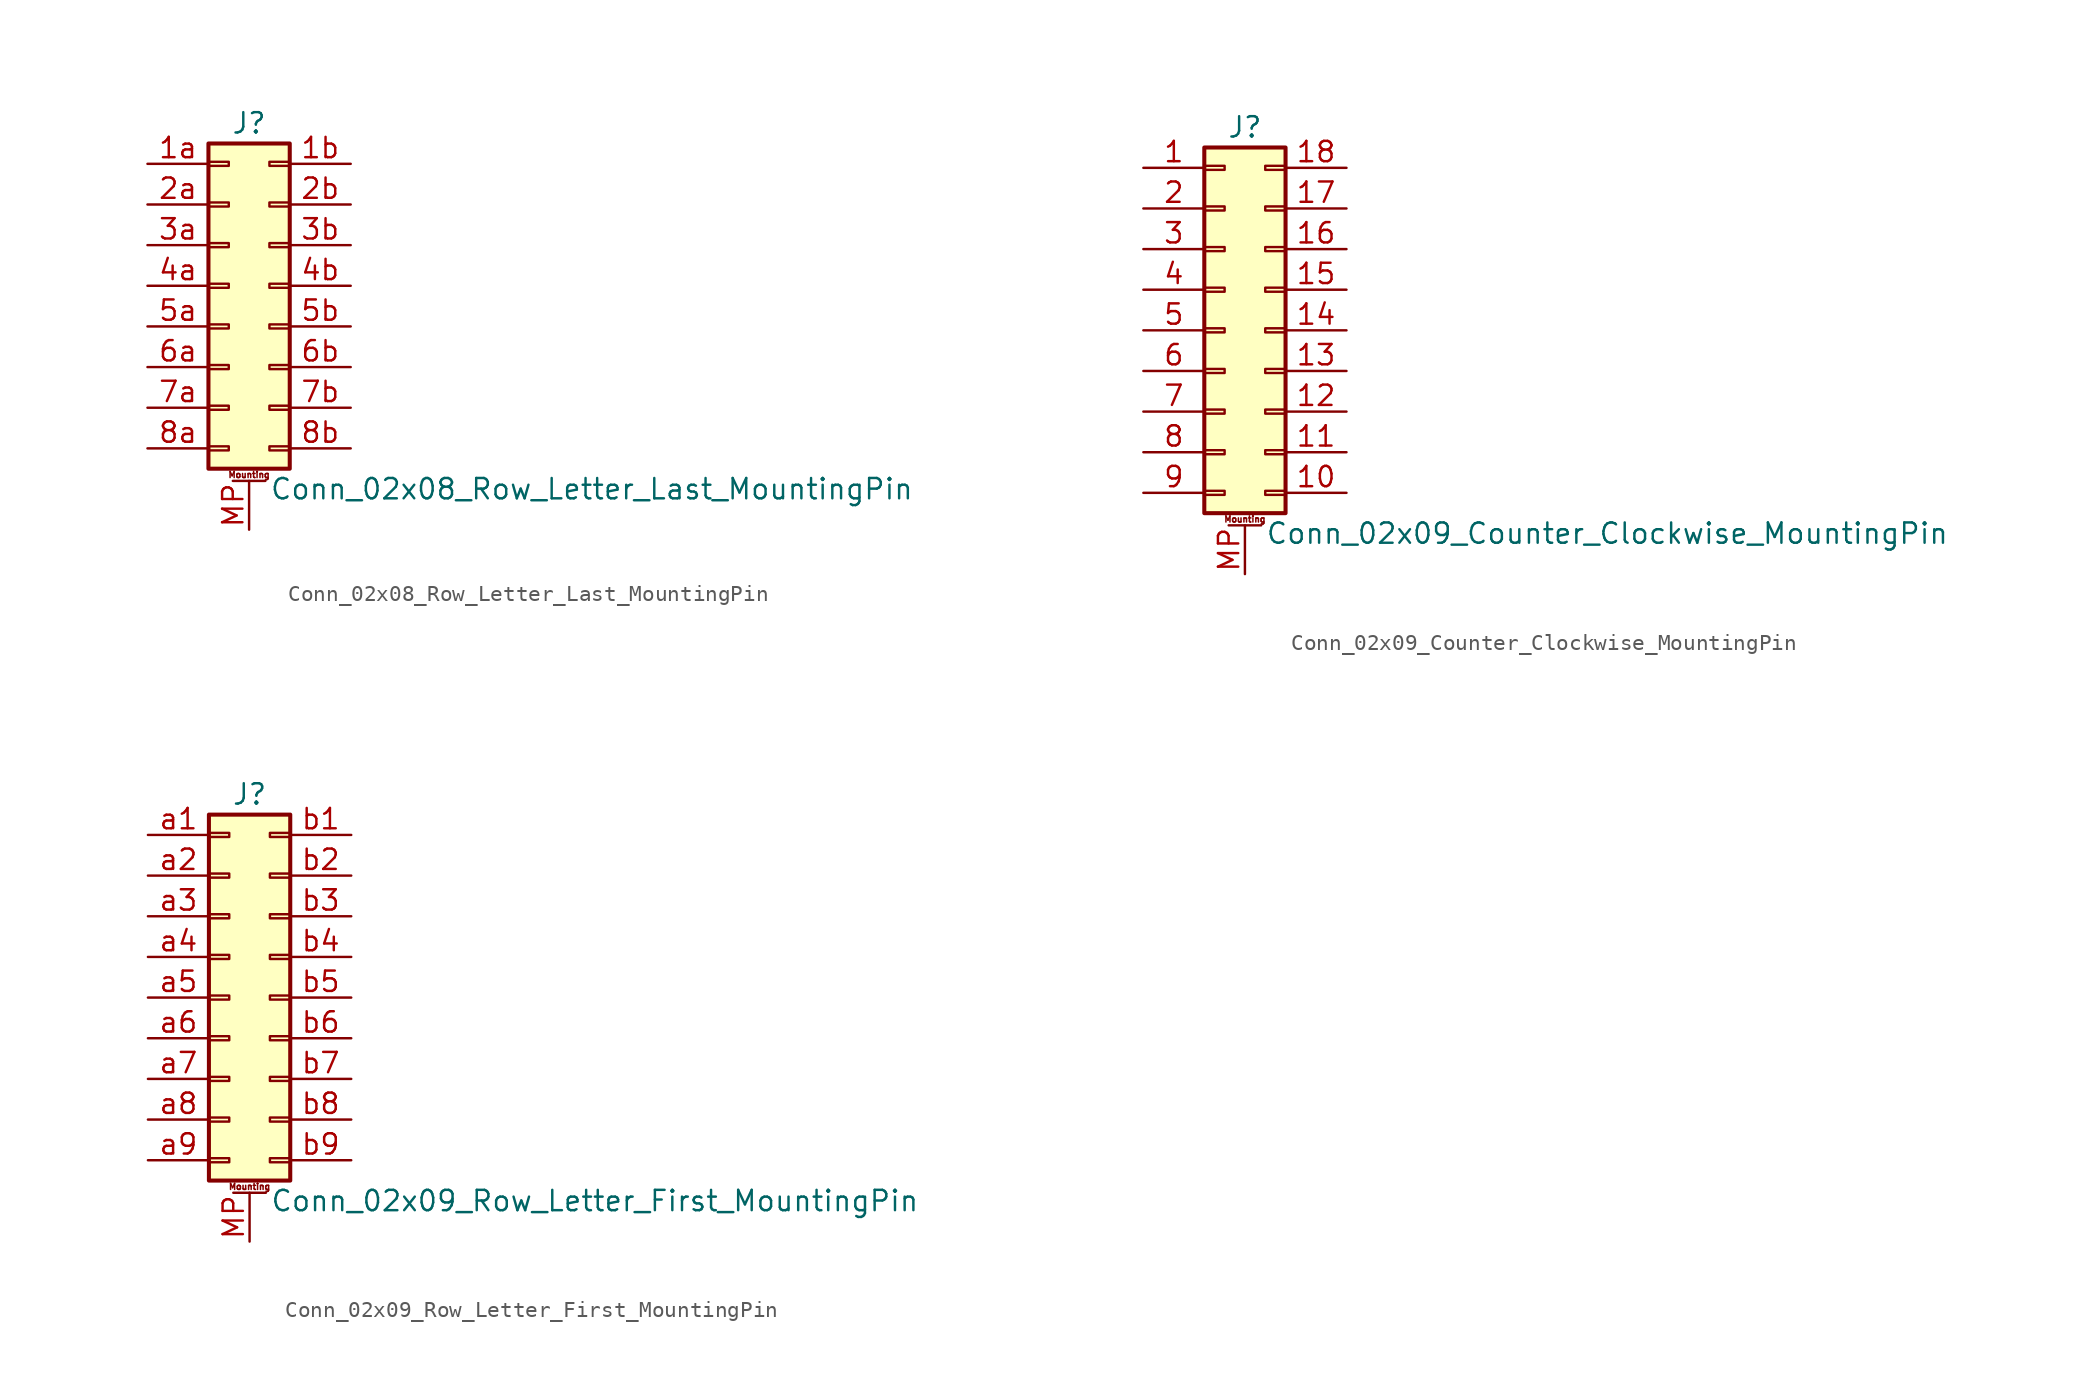
<source format=kicad_sym>
(kicad_symbol_lib
  (version 20201005)
  (generator kicad_symbol_editor)
  (symbol "Conn_02x08_Row_Letter_Last_MountingPin"
    (pin_names
      (offset 1.016) hide)
    (property "Reference" "J"
      (at 1.27 10.16 0)
      (effects (font (size 1.27 1.27))))
    (property "Value" "Conn_02x08_Row_Letter_Last_MountingPin"
      (at 2.54 -12.7 0)
      (effects (font (size 1.27 1.27)) (justify left)))
    (symbol "Conn_02x08_Row_Letter_Last_MountingPin_1_1"
      (text "Mounting" (at 1.27 -11.811 0) (effects (font (size 0.381 0.381))))
      (rectangle (start -1.27 -10.033) (end 0 -10.287) (stroke (width 0.152)) (fill (type none)))
      (rectangle (start -1.27 -7.493) (end 0 -7.747) (stroke (width 0.152)) (fill (type none)))
      (rectangle (start -1.27 -4.953) (end 0 -5.207) (stroke (width 0.152)) (fill (type none)))
      (rectangle (start -1.27 -2.413) (end 0 -2.667) (stroke (width 0.152)) (fill (type none)))
      (rectangle (start -1.27 0.127) (end 0 -0.127) (stroke (width 0.152)) (fill (type none)))
      (rectangle (start -1.27 2.667) (end 0 2.413) (stroke (width 0.152)) (fill (type none)))
      (rectangle (start -1.27 5.207) (end 0 4.953) (stroke (width 0.152)) (fill (type none)))
      (rectangle (start -1.27 7.747) (end 0 7.493) (stroke (width 0.152)) (fill (type none)))
      (rectangle (start -1.27 8.89) (end 3.81 -11.43) (stroke (width 0.254)) (fill (type background)))
      (rectangle (start 3.81 -10.033) (end 2.54 -10.287) (stroke (width 0.152)) (fill (type none)))
      (rectangle (start 3.81 -7.493) (end 2.54 -7.747) (stroke (width 0.152)) (fill (type none)))
      (rectangle (start 3.81 -4.953) (end 2.54 -5.207) (stroke (width 0.152)) (fill (type none)))
      (rectangle (start 3.81 -2.413) (end 2.54 -2.667) (stroke (width 0.152)) (fill (type none)))
      (rectangle (start 3.81 0.127) (end 2.54 -0.127) (stroke (width 0.152)) (fill (type none)))
      (rectangle (start 3.81 2.667) (end 2.54 2.413) (stroke (width 0.152)) (fill (type none)))
      (rectangle (start 3.81 5.207) (end 2.54 4.953) (stroke (width 0.152)) (fill (type none)))
      (rectangle (start 3.81 7.747) (end 2.54 7.493) (stroke (width 0.152)) (fill (type none)))
      (polyline (pts (xy 0.254 -12.192) (xy 2.286 -12.192)) (stroke (width 0.152)) (fill (type none)))
      (pin passive line (at -5.08 7.62 0) (length 3.81) (name "Pin_1a" (effects (font (size 1.27 1.27)))) (number "1a" (effects (font (size 1.27 1.27)))))
      (pin passive line (at 7.62 7.62 180) (length 3.81) (name "Pin_1b" (effects (font (size 1.27 1.27)))) (number "1b" (effects (font (size 1.27 1.27)))))
      (pin passive line (at -5.08 5.08 0) (length 3.81) (name "Pin_2a" (effects (font (size 1.27 1.27)))) (number "2a" (effects (font (size 1.27 1.27)))))
      (pin passive line (at 7.62 5.08 180) (length 3.81) (name "Pin_2b" (effects (font (size 1.27 1.27)))) (number "2b" (effects (font (size 1.27 1.27)))))
      (pin passive line (at -5.08 2.54 0) (length 3.81) (name "Pin_3a" (effects (font (size 1.27 1.27)))) (number "3a" (effects (font (size 1.27 1.27)))))
      (pin passive line (at 7.62 2.54 180) (length 3.81) (name "Pin_3b" (effects (font (size 1.27 1.27)))) (number "3b" (effects (font (size 1.27 1.27)))))
      (pin passive line (at -5.08 0 0) (length 3.81) (name "Pin_4a" (effects (font (size 1.27 1.27)))) (number "4a" (effects (font (size 1.27 1.27)))))
      (pin passive line (at 7.62 0 180) (length 3.81) (name "Pin_4b" (effects (font (size 1.27 1.27)))) (number "4b" (effects (font (size 1.27 1.27)))))
      (pin passive line (at -5.08 -2.54 0) (length 3.81) (name "Pin_5a" (effects (font (size 1.27 1.27)))) (number "5a" (effects (font (size 1.27 1.27)))))
      (pin passive line (at 7.62 -2.54 180) (length 3.81) (name "Pin_5b" (effects (font (size 1.27 1.27)))) (number "5b" (effects (font (size 1.27 1.27)))))
      (pin passive line (at -5.08 -5.08 0) (length 3.81) (name "Pin_6a" (effects (font (size 1.27 1.27)))) (number "6a" (effects (font (size 1.27 1.27)))))
      (pin passive line (at 7.62 -5.08 180) (length 3.81) (name "Pin_6b" (effects (font (size 1.27 1.27)))) (number "6b" (effects (font (size 1.27 1.27)))))
      (pin passive line (at -5.08 -7.62 0) (length 3.81) (name "Pin_7a" (effects (font (size 1.27 1.27)))) (number "7a" (effects (font (size 1.27 1.27)))))
      (pin passive line (at 7.62 -7.62 180) (length 3.81) (name "Pin_7b" (effects (font (size 1.27 1.27)))) (number "7b" (effects (font (size 1.27 1.27)))))
      (pin passive line (at -5.08 -10.16 0) (length 3.81) (name "Pin_8a" (effects (font (size 1.27 1.27)))) (number "8a" (effects (font (size 1.27 1.27)))))
      (pin passive line (at 7.62 -10.16 180) (length 3.81) (name "Pin_8b" (effects (font (size 1.27 1.27)))) (number "8b" (effects (font (size 1.27 1.27)))))
      (pin passive line (at 1.27 -15.24 90) (length 3.048) (name "MountPin" (effects (font (size 1.27 1.27)))) (number "MP" (effects (font (size 1.27 1.27)))))))
  (symbol "Conn_02x09_Counter_Clockwise_MountingPin"
    (pin_names
      (offset 1.016) hide)
    (property "Reference" "J"
      (at 1.27 12.7 0)
      (effects (font (size 1.27 1.27))))
    (property "Value" "Conn_02x09_Counter_Clockwise_MountingPin"
      (at 2.54 -12.7 0)
      (effects (font (size 1.27 1.27)) (justify left)))
    (symbol "Conn_02x09_Counter_Clockwise_MountingPin_1_1"
      (text "Mounting" (at 1.27 -11.811 0) (effects (font (size 0.381 0.381))))
      (rectangle (start -1.27 -10.033) (end 0 -10.287) (stroke (width 0.152)) (fill (type none)))
      (rectangle (start -1.27 -7.493) (end 0 -7.747) (stroke (width 0.152)) (fill (type none)))
      (rectangle (start -1.27 -4.953) (end 0 -5.207) (stroke (width 0.152)) (fill (type none)))
      (rectangle (start -1.27 -2.413) (end 0 -2.667) (stroke (width 0.152)) (fill (type none)))
      (rectangle (start -1.27 0.127) (end 0 -0.127) (stroke (width 0.152)) (fill (type none)))
      (rectangle (start -1.27 2.667) (end 0 2.413) (stroke (width 0.152)) (fill (type none)))
      (rectangle (start -1.27 5.207) (end 0 4.953) (stroke (width 0.152)) (fill (type none)))
      (rectangle (start -1.27 7.747) (end 0 7.493) (stroke (width 0.152)) (fill (type none)))
      (rectangle (start -1.27 10.287) (end 0 10.033) (stroke (width 0.152)) (fill (type none)))
      (rectangle (start -1.27 11.43) (end 3.81 -11.43) (stroke (width 0.254)) (fill (type background)))
      (rectangle (start 3.81 -10.033) (end 2.54 -10.287) (stroke (width 0.152)) (fill (type none)))
      (rectangle (start 3.81 -7.493) (end 2.54 -7.747) (stroke (width 0.152)) (fill (type none)))
      (rectangle (start 3.81 -4.953) (end 2.54 -5.207) (stroke (width 0.152)) (fill (type none)))
      (rectangle (start 3.81 -2.413) (end 2.54 -2.667) (stroke (width 0.152)) (fill (type none)))
      (rectangle (start 3.81 0.127) (end 2.54 -0.127) (stroke (width 0.152)) (fill (type none)))
      (rectangle (start 3.81 2.667) (end 2.54 2.413) (stroke (width 0.152)) (fill (type none)))
      (rectangle (start 3.81 5.207) (end 2.54 4.953) (stroke (width 0.152)) (fill (type none)))
      (rectangle (start 3.81 7.747) (end 2.54 7.493) (stroke (width 0.152)) (fill (type none)))
      (rectangle (start 3.81 10.287) (end 2.54 10.033) (stroke (width 0.152)) (fill (type none)))
      (polyline (pts (xy 0.254 -12.192) (xy 2.286 -12.192)) (stroke (width 0.152)) (fill (type none)))
      (pin passive line (at -5.08 10.16 0) (length 3.81) (name "Pin_1" (effects (font (size 1.27 1.27)))) (number "1" (effects (font (size 1.27 1.27)))))
      (pin passive line (at 7.62 -10.16 180) (length 3.81) (name "Pin_10" (effects (font (size 1.27 1.27)))) (number "10" (effects (font (size 1.27 1.27)))))
      (pin passive line (at 7.62 -7.62 180) (length 3.81) (name "Pin_11" (effects (font (size 1.27 1.27)))) (number "11" (effects (font (size 1.27 1.27)))))
      (pin passive line (at 7.62 -5.08 180) (length 3.81) (name "Pin_12" (effects (font (size 1.27 1.27)))) (number "12" (effects (font (size 1.27 1.27)))))
      (pin passive line (at 7.62 -2.54 180) (length 3.81) (name "Pin_13" (effects (font (size 1.27 1.27)))) (number "13" (effects (font (size 1.27 1.27)))))
      (pin passive line (at 7.62 0 180) (length 3.81) (name "Pin_14" (effects (font (size 1.27 1.27)))) (number "14" (effects (font (size 1.27 1.27)))))
      (pin passive line (at 7.62 2.54 180) (length 3.81) (name "Pin_15" (effects (font (size 1.27 1.27)))) (number "15" (effects (font (size 1.27 1.27)))))
      (pin passive line (at 7.62 5.08 180) (length 3.81) (name "Pin_16" (effects (font (size 1.27 1.27)))) (number "16" (effects (font (size 1.27 1.27)))))
      (pin passive line (at 7.62 7.62 180) (length 3.81) (name "Pin_17" (effects (font (size 1.27 1.27)))) (number "17" (effects (font (size 1.27 1.27)))))
      (pin passive line (at 7.62 10.16 180) (length 3.81) (name "Pin_18" (effects (font (size 1.27 1.27)))) (number "18" (effects (font (size 1.27 1.27)))))
      (pin passive line (at -5.08 7.62 0) (length 3.81) (name "Pin_2" (effects (font (size 1.27 1.27)))) (number "2" (effects (font (size 1.27 1.27)))))
      (pin passive line (at -5.08 5.08 0) (length 3.81) (name "Pin_3" (effects (font (size 1.27 1.27)))) (number "3" (effects (font (size 1.27 1.27)))))
      (pin passive line (at -5.08 2.54 0) (length 3.81) (name "Pin_4" (effects (font (size 1.27 1.27)))) (number "4" (effects (font (size 1.27 1.27)))))
      (pin passive line (at -5.08 0 0) (length 3.81) (name "Pin_5" (effects (font (size 1.27 1.27)))) (number "5" (effects (font (size 1.27 1.27)))))
      (pin passive line (at -5.08 -2.54 0) (length 3.81) (name "Pin_6" (effects (font (size 1.27 1.27)))) (number "6" (effects (font (size 1.27 1.27)))))
      (pin passive line (at -5.08 -5.08 0) (length 3.81) (name "Pin_7" (effects (font (size 1.27 1.27)))) (number "7" (effects (font (size 1.27 1.27)))))
      (pin passive line (at -5.08 -7.62 0) (length 3.81) (name "Pin_8" (effects (font (size 1.27 1.27)))) (number "8" (effects (font (size 1.27 1.27)))))
      (pin passive line (at -5.08 -10.16 0) (length 3.81) (name "Pin_9" (effects (font (size 1.27 1.27)))) (number "9" (effects (font (size 1.27 1.27)))))
      (pin passive line (at 1.27 -15.24 90) (length 3.048) (name "MountPin" (effects (font (size 1.27 1.27)))) (number "MP" (effects (font (size 1.27 1.27)))))))
  (symbol "Conn_02x09_Row_Letter_First_MountingPin"
    (pin_names
      (offset 1.016) hide)
    (property "Reference" "J"
      (at 1.27 12.7 0)
      (effects (font (size 1.27 1.27))))
    (property "Value" "Conn_02x09_Row_Letter_First_MountingPin"
      (at 2.54 -12.7 0)
      (effects (font (size 1.27 1.27)) (justify left)))
    (symbol "Conn_02x09_Row_Letter_First_MountingPin_1_1"
      (text "Mounting" (at 1.27 -11.811 0) (effects (font (size 0.381 0.381))))
      (rectangle (start -1.27 -10.033) (end 0 -10.287) (stroke (width 0.152)) (fill (type none)))
      (rectangle (start -1.27 -7.493) (end 0 -7.747) (stroke (width 0.152)) (fill (type none)))
      (rectangle (start -1.27 -4.953) (end 0 -5.207) (stroke (width 0.152)) (fill (type none)))
      (rectangle (start -1.27 -2.413) (end 0 -2.667) (stroke (width 0.152)) (fill (type none)))
      (rectangle (start -1.27 0.127) (end 0 -0.127) (stroke (width 0.152)) (fill (type none)))
      (rectangle (start -1.27 2.667) (end 0 2.413) (stroke (width 0.152)) (fill (type none)))
      (rectangle (start -1.27 5.207) (end 0 4.953) (stroke (width 0.152)) (fill (type none)))
      (rectangle (start -1.27 7.747) (end 0 7.493) (stroke (width 0.152)) (fill (type none)))
      (rectangle (start -1.27 10.287) (end 0 10.033) (stroke (width 0.152)) (fill (type none)))
      (rectangle (start -1.27 11.43) (end 3.81 -11.43) (stroke (width 0.254)) (fill (type background)))
      (rectangle (start 3.81 -10.033) (end 2.54 -10.287) (stroke (width 0.152)) (fill (type none)))
      (rectangle (start 3.81 -7.493) (end 2.54 -7.747) (stroke (width 0.152)) (fill (type none)))
      (rectangle (start 3.81 -4.953) (end 2.54 -5.207) (stroke (width 0.152)) (fill (type none)))
      (rectangle (start 3.81 -2.413) (end 2.54 -2.667) (stroke (width 0.152)) (fill (type none)))
      (rectangle (start 3.81 0.127) (end 2.54 -0.127) (stroke (width 0.152)) (fill (type none)))
      (rectangle (start 3.81 2.667) (end 2.54 2.413) (stroke (width 0.152)) (fill (type none)))
      (rectangle (start 3.81 5.207) (end 2.54 4.953) (stroke (width 0.152)) (fill (type none)))
      (rectangle (start 3.81 7.747) (end 2.54 7.493) (stroke (width 0.152)) (fill (type none)))
      (rectangle (start 3.81 10.287) (end 2.54 10.033) (stroke (width 0.152)) (fill (type none)))
      (polyline (pts (xy 0.254 -12.192) (xy 2.286 -12.192)) (stroke (width 0.152)) (fill (type none)))
      (pin passive line (at 1.27 -15.24 90) (length 3.048) (name "MountPin" (effects (font (size 1.27 1.27)))) (number "MP" (effects (font (size 1.27 1.27)))))
      (pin passive line (at -5.08 10.16 0) (length 3.81) (name "Pin_a1" (effects (font (size 1.27 1.27)))) (number "a1" (effects (font (size 1.27 1.27)))))
      (pin passive line (at -5.08 7.62 0) (length 3.81) (name "Pin_a2" (effects (font (size 1.27 1.27)))) (number "a2" (effects (font (size 1.27 1.27)))))
      (pin passive line (at -5.08 5.08 0) (length 3.81) (name "Pin_a3" (effects (font (size 1.27 1.27)))) (number "a3" (effects (font (size 1.27 1.27)))))
      (pin passive line (at -5.08 2.54 0) (length 3.81) (name "Pin_a4" (effects (font (size 1.27 1.27)))) (number "a4" (effects (font (size 1.27 1.27)))))
      (pin passive line (at -5.08 0 0) (length 3.81) (name "Pin_a5" (effects (font (size 1.27 1.27)))) (number "a5" (effects (font (size 1.27 1.27)))))
      (pin passive line (at -5.08 -2.54 0) (length 3.81) (name "Pin_a6" (effects (font (size 1.27 1.27)))) (number "a6" (effects (font (size 1.27 1.27)))))
      (pin passive line (at -5.08 -5.08 0) (length 3.81) (name "Pin_a7" (effects (font (size 1.27 1.27)))) (number "a7" (effects (font (size 1.27 1.27)))))
      (pin passive line (at -5.08 -7.62 0) (length 3.81) (name "Pin_a8" (effects (font (size 1.27 1.27)))) (number "a8" (effects (font (size 1.27 1.27)))))
      (pin passive line (at -5.08 -10.16 0) (length 3.81) (name "Pin_a9" (effects (font (size 1.27 1.27)))) (number "a9" (effects (font (size 1.27 1.27)))))
      (pin passive line (at 7.62 10.16 180) (length 3.81) (name "Pin_b1" (effects (font (size 1.27 1.27)))) (number "b1" (effects (font (size 1.27 1.27)))))
      (pin passive line (at 7.62 7.62 180) (length 3.81) (name "Pin_b2" (effects (font (size 1.27 1.27)))) (number "b2" (effects (font (size 1.27 1.27)))))
      (pin passive line (at 7.62 5.08 180) (length 3.81) (name "Pin_b3" (effects (font (size 1.27 1.27)))) (number "b3" (effects (font (size 1.27 1.27)))))
      (pin passive line (at 7.62 2.54 180) (length 3.81) (name "Pin_b4" (effects (font (size 1.27 1.27)))) (number "b4" (effects (font (size 1.27 1.27)))))
      (pin passive line (at 7.62 0 180) (length 3.81) (name "Pin_b5" (effects (font (size 1.27 1.27)))) (number "b5" (effects (font (size 1.27 1.27)))))
      (pin passive line (at 7.62 -2.54 180) (length 3.81) (name "Pin_b6" (effects (font (size 1.27 1.27)))) (number "b6" (effects (font (size 1.27 1.27)))))
      (pin passive line (at 7.62 -5.08 180) (length 3.81) (name "Pin_b7" (effects (font (size 1.27 1.27)))) (number "b7" (effects (font (size 1.27 1.27)))))
      (pin passive line (at 7.62 -7.62 180) (length 3.81) (name "Pin_b8" (effects (font (size 1.27 1.27)))) (number "b8" (effects (font (size 1.27 1.27)))))
      (pin passive line (at 7.62 -10.16 180) (length 3.81) (name "Pin_b9" (effects (font (size 1.27 1.27)))) (number "b9" (effects (font (size 1.27 1.27))))))))
</source>
